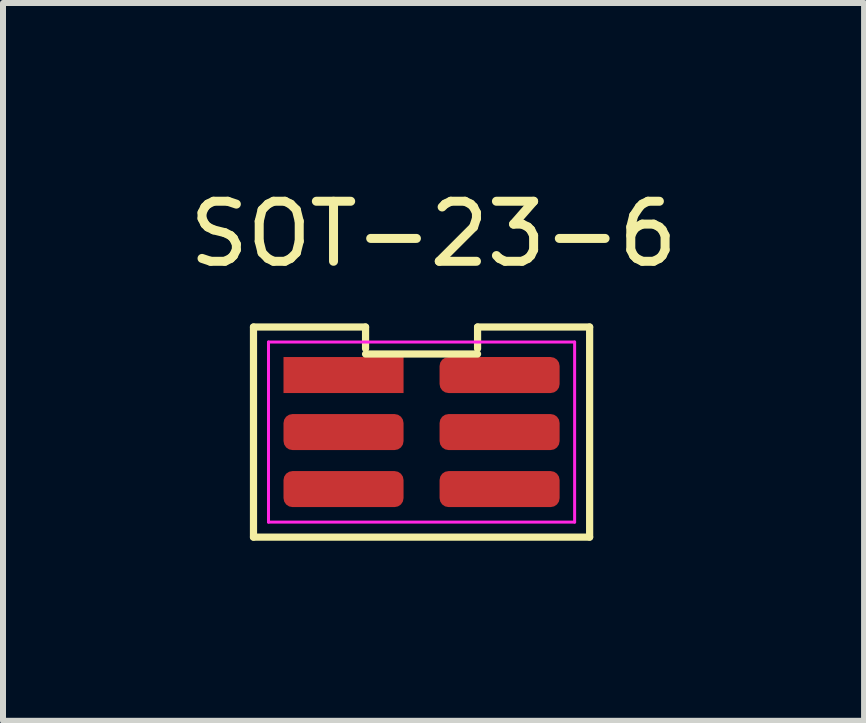
<source format=kicad_pcb>
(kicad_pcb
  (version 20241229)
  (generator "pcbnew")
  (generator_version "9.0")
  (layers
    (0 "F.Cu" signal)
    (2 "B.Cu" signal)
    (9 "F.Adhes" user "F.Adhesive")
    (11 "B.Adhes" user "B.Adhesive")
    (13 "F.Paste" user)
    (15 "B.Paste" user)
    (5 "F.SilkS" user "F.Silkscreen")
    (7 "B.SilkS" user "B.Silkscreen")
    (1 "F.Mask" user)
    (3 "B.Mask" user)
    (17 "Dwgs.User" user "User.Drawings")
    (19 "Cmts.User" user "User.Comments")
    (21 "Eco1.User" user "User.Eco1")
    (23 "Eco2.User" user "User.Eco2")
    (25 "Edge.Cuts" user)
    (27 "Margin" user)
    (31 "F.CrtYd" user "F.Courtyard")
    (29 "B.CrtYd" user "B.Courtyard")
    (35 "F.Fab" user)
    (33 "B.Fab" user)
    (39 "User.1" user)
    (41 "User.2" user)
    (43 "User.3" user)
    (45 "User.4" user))
  (footprint "SOT-23-6"
    (layer "F.Cu")
    (at 3.673 3.848)
    (property "Reference" "SOT-23-6" (at 0.5 -3 0) (layer "F.SilkS") (effects (font (size 1 1) (thickness 0.15))))
    (attr through_hole)
    (fp_line (start -2.5 -1.45) (end -2.5 2.05) (stroke (width 0.12) (type default)) (layer "F.SilkS"))
    (fp_line (start -2.5 2.05) (end 3.1 2.05) (stroke (width 0.12) (type default)) (layer "F.SilkS"))
    (fp_line (start -0.633 -1.45) (end -2.5 -1.45) (stroke (width 0.12) (type default)) (layer "F.SilkS"))
    (fp_line (start -0.633 -1.09) (end -0.633 -1.45) (stroke (width 0.12) (type default)) (layer "F.SilkS"))
    (fp_line (start 1.233 -1.45) (end 1.233 -1.09) (stroke (width 0.12) (type default)) (layer "F.SilkS"))
    (fp_line (start 1.233 -1) (end -0.633 -1) (stroke (width 0.12) (type default)) (layer "F.SilkS"))
    (fp_line (start 3.1 -1.45) (end 1.233 -1.45) (stroke (width 0.12) (type default)) (layer "F.SilkS"))
    (fp_line (start 3.1 2.05) (end 3.1 -1.45) (stroke (width 0.12) (type default)) (layer "F.SilkS"))
    (fp_line (start -2.25 -1.2) (end 2.85 -1.2) (stroke (width 0.05) (type default)) (layer "F.CrtYd"))
    (fp_line (start -2.25 1.8) (end -2.25 -1.2) (stroke (width 0.05) (type default)) (layer "F.CrtYd"))
    (fp_line (start 2.85 -1.2) (end 2.85 1.8) (stroke (width 0.05) (type default)) (layer "F.CrtYd"))
    (fp_line (start 2.85 1.8) (end -2.25 1.8) (stroke (width 0.05) (type default)) (layer "F.CrtYd"))
    (pad "1" smd rect (at -1 -0.65 270) (size 0.6 2) (layers "F.Cu" "F.Mask" "F.Paste"))
    (pad "2" smd roundrect (at -1 0.3 270) (size 0.6 2) (layers "F.Cu" "F.Mask" "F.Paste") (roundrect_rratio 0.25))
    (pad "3" smd roundrect (at -1 1.25 270) (size 0.6 2) (layers "F.Cu" "F.Mask" "F.Paste") (roundrect_rratio 0.25))
    (pad "4" smd roundrect (at 1.6 1.25 270) (size 0.6 2) (layers "F.Cu" "F.Mask" "F.Paste") (roundrect_rratio 0.25))
    (pad "5" smd roundrect (at 1.6 0.3 270) (size 0.6 2) (layers "F.Cu" "F.Mask" "F.Paste") (roundrect_rratio 0.25))
    (pad "6" smd roundrect (at 1.6 -0.65 270) (size 0.6 2) (layers "F.Cu" "F.Mask" "F.Paste") (roundrect_rratio 0.25)))
  (gr_rect
    (start -3 -3)
    (end 11.345 8.958)
    (stroke (width 0.1) (type default))
    (fill no)
    (layer "Edge.Cuts")))
</source>
